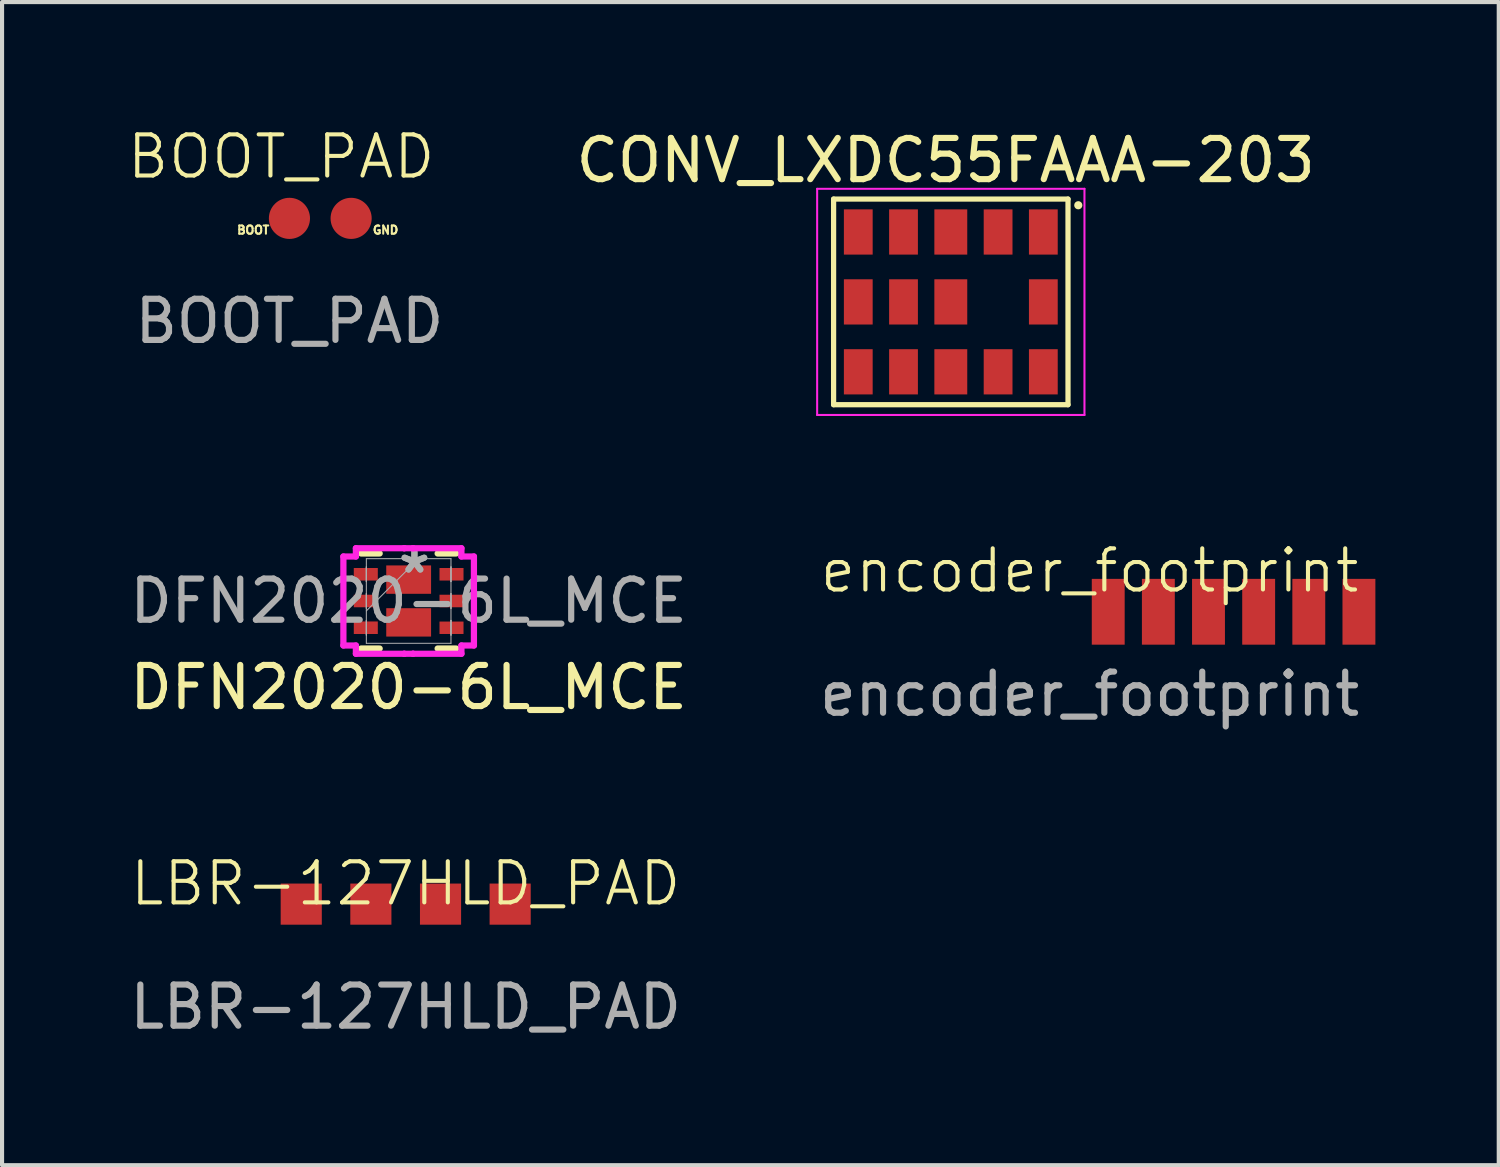
<source format=kicad_pcb>
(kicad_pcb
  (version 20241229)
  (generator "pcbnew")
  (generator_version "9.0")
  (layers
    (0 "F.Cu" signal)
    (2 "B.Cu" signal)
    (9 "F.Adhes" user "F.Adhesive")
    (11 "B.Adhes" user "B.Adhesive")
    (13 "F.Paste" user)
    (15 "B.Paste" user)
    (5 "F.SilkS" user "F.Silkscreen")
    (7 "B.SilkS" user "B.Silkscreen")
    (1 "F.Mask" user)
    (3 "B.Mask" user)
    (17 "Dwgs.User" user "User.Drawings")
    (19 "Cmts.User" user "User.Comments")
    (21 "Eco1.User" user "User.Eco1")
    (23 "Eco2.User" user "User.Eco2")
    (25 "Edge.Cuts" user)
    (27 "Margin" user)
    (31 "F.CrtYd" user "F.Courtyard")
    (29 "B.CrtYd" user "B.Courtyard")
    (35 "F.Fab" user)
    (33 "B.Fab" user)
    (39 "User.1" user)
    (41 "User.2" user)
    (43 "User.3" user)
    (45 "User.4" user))
  (footprint "encoder_footprint"
    (layer "F.Cu")
    (at 26.946 11.826)
    (property "Reference" "encoder_footprint" (at -3.5 -1 0) (unlocked yes) (layer "F.SilkS") (effects (font (size 1 1) (thickness 0.1))))
    (attr smd)
    (fp_text user "${REFERENCE}" (at -3.5 2 0) (unlocked yes) (layer "F.Fab") (effects (font (size 1 1) (thickness 0.15))))
    (pad "1" smd rect (at -3.048 0) (size 0.8 1.6) (layers "F.Cu" "F.Mask" "F.Paste"))
    (pad "2" smd rect (at -1.829 0) (size 0.8 1.6) (layers "F.Cu" "F.Mask" "F.Paste"))
    (pad "3" smd rect (at -0.61 0) (size 0.8 1.6) (layers "F.Cu" "F.Mask" "F.Paste"))
    (pad "4" smd rect (at 0.61 0) (size 0.8 1.6) (layers "F.Cu" "F.Mask" "F.Paste"))
    (pad "5" smd rect (at 1.829 0) (size 0.8 1.6) (layers "F.Cu" "F.Mask" "F.Paste"))
    (pad "6" smd rect (at 3.048 0) (size 0.8 1.6) (layers "F.Cu" "F.Mask" "F.Paste")))
  (footprint "DFN2020-6L_MCE"
    (layer "F.Cu")
    (at 6.887 11.564)
    (property "Reference" "DFN2020-6L_MCE" (at 0 2.1 0) (unlocked yes) (layer "F.SilkS") (effects (font (size 1 1) (thickness 0.15))))
    (attr smd)
    (fp_line (start -1.156 1.156) (end -0.705 1.156) (stroke (width 0.152) (type solid)) (layer "F.SilkS"))
    (fp_line (start -0.705 -1.156) (end -1.156 -1.156) (stroke (width 0.152) (type solid)) (layer "F.SilkS"))
    (fp_line (start 0.705 1.156) (end 1.156 1.156) (stroke (width 0.152) (type solid)) (layer "F.SilkS"))
    (fp_line (start 1.156 -1.156) (end 0.705 -1.156) (stroke (width 0.152) (type solid)) (layer "F.SilkS"))
    (fp_line (start -1.587 -1.082) (end -1.283 -1.082) (stroke (width 0.152) (type solid)) (layer "F.CrtYd"))
    (fp_line (start -1.587 1.082) (end -1.587 -1.082) (stroke (width 0.152) (type solid)) (layer "F.CrtYd"))
    (fp_line (start -1.283 -1.283) (end -0.107 -1.283) (stroke (width 0.152) (type solid)) (layer "F.CrtYd"))
    (fp_line (start -1.283 -1.082) (end -1.283 -1.283) (stroke (width 0.152) (type solid)) (layer "F.CrtYd"))
    (fp_line (start -1.283 1.082) (end -1.587 1.082) (stroke (width 0.152) (type solid)) (layer "F.CrtYd"))
    (fp_line (start -1.283 1.283) (end -1.283 1.082) (stroke (width 0.152) (type solid)) (layer "F.CrtYd"))
    (fp_line (start -0.107 -1.283) (end -0.107 -1.283) (stroke (width 0.152) (type solid)) (layer "F.CrtYd"))
    (fp_line (start -0.107 -1.283) (end 0.107 -1.283) (stroke (width 0.152) (type solid)) (layer "F.CrtYd"))
    (fp_line (start -0.107 1.283) (end -1.283 1.283) (stroke (width 0.152) (type solid)) (layer "F.CrtYd"))
    (fp_line (start -0.107 1.283) (end -0.107 1.283) (stroke (width 0.152) (type solid)) (layer "F.CrtYd"))
    (fp_line (start 0.107 -1.283) (end 0.107 -1.283) (stroke (width 0.152) (type solid)) (layer "F.CrtYd"))
    (fp_line (start 0.107 -1.283) (end 1.283 -1.283) (stroke (width 0.152) (type solid)) (layer "F.CrtYd"))
    (fp_line (start 0.107 1.283) (end -0.107 1.283) (stroke (width 0.152) (type solid)) (layer "F.CrtYd"))
    (fp_line (start 0.107 1.283) (end 0.107 1.283) (stroke (width 0.152) (type solid)) (layer "F.CrtYd"))
    (fp_line (start 1.283 -1.283) (end 1.283 -1.082) (stroke (width 0.152) (type solid)) (layer "F.CrtYd"))
    (fp_line (start 1.283 -1.082) (end 1.587 -1.082) (stroke (width 0.152) (type solid)) (layer "F.CrtYd"))
    (fp_line (start 1.283 1.082) (end 1.283 1.283) (stroke (width 0.152) (type solid)) (layer "F.CrtYd"))
    (fp_line (start 1.283 1.283) (end 0.107 1.283) (stroke (width 0.152) (type solid)) (layer "F.CrtYd"))
    (fp_line (start 1.587 -1.082) (end 1.587 1.082) (stroke (width 0.152) (type solid)) (layer "F.CrtYd"))
    (fp_line (start 1.587 1.082) (end 1.283 1.082) (stroke (width 0.152) (type solid)) (layer "F.CrtYd"))
    (fp_line (start -1.029 -1.029) (end -1.029 1.029) (stroke (width 0.025) (type solid)) (layer "F.Fab"))
    (fp_line (start -1.029 -0.828) (end -1.029 -0.828) (stroke (width 0.025) (type solid)) (layer "F.Fab"))
    (fp_line (start -1.029 -0.828) (end -1.029 -0.472) (stroke (width 0.025) (type solid)) (layer "F.Fab"))
    (fp_line (start -1.029 -0.472) (end -1.029 -0.828) (stroke (width 0.025) (type solid)) (layer "F.Fab"))
    (fp_line (start -1.029 -0.472) (end -1.029 -0.472) (stroke (width 0.025) (type solid)) (layer "F.Fab"))
    (fp_line (start -1.029 -0.178) (end -1.029 -0.178) (stroke (width 0.025) (type solid)) (layer "F.Fab"))
    (fp_line (start -1.029 -0.178) (end -1.029 0.178) (stroke (width 0.025) (type solid)) (layer "F.Fab"))
    (fp_line (start -1.029 0.178) (end -1.029 -0.178) (stroke (width 0.025) (type solid)) (layer "F.Fab"))
    (fp_line (start -1.029 0.178) (end -1.029 0.178) (stroke (width 0.025) (type solid)) (layer "F.Fab"))
    (fp_line (start -1.029 0.241) (end 0.241 -1.029) (stroke (width 0.025) (type solid)) (layer "F.Fab"))
    (fp_line (start -1.029 0.472) (end -1.029 0.472) (stroke (width 0.025) (type solid)) (layer "F.Fab"))
    (fp_line (start -1.029 0.472) (end -1.029 0.828) (stroke (width 0.025) (type solid)) (layer "F.Fab"))
    (fp_line (start -1.029 0.828) (end -1.029 0.472) (stroke (width 0.025) (type solid)) (layer "F.Fab"))
    (fp_line (start -1.029 0.828) (end -1.029 0.828) (stroke (width 0.025) (type solid)) (layer "F.Fab"))
    (fp_line (start -1.029 1.029) (end 1.029 1.029) (stroke (width 0.025) (type solid)) (layer "F.Fab"))
    (fp_line (start 1.029 -1.029) (end -1.029 -1.029) (stroke (width 0.025) (type solid)) (layer "F.Fab"))
    (fp_line (start 1.029 -0.828) (end 1.029 -0.828) (stroke (width 0.025) (type solid)) (layer "F.Fab"))
    (fp_line (start 1.029 -0.828) (end 1.029 -0.472) (stroke (width 0.025) (type solid)) (layer "F.Fab"))
    (fp_line (start 1.029 -0.472) (end 1.029 -0.828) (stroke (width 0.025) (type solid)) (layer "F.Fab"))
    (fp_line (start 1.029 -0.472) (end 1.029 -0.472) (stroke (width 0.025) (type solid)) (layer "F.Fab"))
    (fp_line (start 1.029 -0.178) (end 1.029 -0.178) (stroke (width 0.025) (type solid)) (layer "F.Fab"))
    (fp_line (start 1.029 -0.178) (end 1.029 0.178) (stroke (width 0.025) (type solid)) (layer "F.Fab"))
    (fp_line (start 1.029 0.178) (end 1.029 -0.178) (stroke (width 0.025) (type solid)) (layer "F.Fab"))
    (fp_line (start 1.029 0.178) (end 1.029 0.178) (stroke (width 0.025) (type solid)) (layer "F.Fab"))
    (fp_line (start 1.029 0.472) (end 1.029 0.472) (stroke (width 0.025) (type solid)) (layer "F.Fab"))
    (fp_line (start 1.029 0.472) (end 1.029 0.828) (stroke (width 0.025) (type solid)) (layer "F.Fab"))
    (fp_line (start 1.029 0.828) (end 1.029 0.472) (stroke (width 0.025) (type solid)) (layer "F.Fab"))
    (fp_line (start 1.029 0.828) (end 1.029 0.828) (stroke (width 0.025) (type solid)) (layer "F.Fab"))
    (fp_line (start 1.029 1.029) (end 1.029 -1.029) (stroke (width 0.025) (type solid)) (layer "F.Fab"))
    (fp_text user "*" (at 0.14 -0.65 0) (layer "F.Fab") (effects (font (size 1 1) (thickness 0.15))))
    (fp_text user "${REFERENCE}" (at 0 0 0) (unlocked yes) (layer "F.Fab") (effects (font (size 1 1) (thickness 0.15))))
    (fp_text user "*" (at 0.14 -0.65 0) (unlocked yes) (layer "F.Fab") (effects (font (size 1 1) (thickness 0.15))))
    (pad "1" smd rect (at -1.042 -0.65 90) (size 0.305 0.584) (layers "F.Cu" "F.Mask" "F.Paste"))
    (pad "2" smd rect (at -1.042 0 90) (size 0.305 0.584) (layers "F.Cu" "F.Mask" "F.Paste"))
    (pad "3" smd rect (at -1.042 0.65 90) (size 0.305 0.584) (layers "F.Cu" "F.Mask" "F.Paste"))
    (pad "3" smd rect (at 0 0.52) (size 1.09 0.69) (layers "F.Cu" "F.Mask" "F.Paste"))
    (pad "4" smd rect (at 1.042 0.651 90) (size 0.302 0.584) (layers "F.Cu" "F.Mask" "F.Paste"))
    (pad "5" smd rect (at 1.042 0 90) (size 0.305 0.584) (layers "F.Cu" "F.Mask" "F.Paste"))
    (pad "6" smd rect (at 0 -0.52) (size 1.09 0.69) (layers "F.Cu" "F.Mask" "F.Paste"))
    (pad "6" smd rect (at 1.042 -0.65 90) (size 0.305 0.584) (layers "F.Cu" "F.Mask" "F.Paste")))
  (footprint "LBR-127HLD_PAD"
    (layer "F.Cu")
    (at 6.815 18.935)
    (property "Reference" "LBR-127HLD_PAD" (at 0 -0.5 0) (unlocked yes) (layer "F.SilkS") (effects (font (size 1 1) (thickness 0.1))))
    (attr smd)
    (fp_text user "${REFERENCE}" (at 0 2.5 0) (unlocked yes) (layer "F.Fab") (effects (font (size 1 1) (thickness 0.15))))
    (pad "1" smd rect (at -2.54 0) (size 1 1) (layers "F.Cu" "F.Mask" "F.Paste"))
    (pad "2" smd rect (at 2.54 0) (size 1 1) (layers "F.Cu" "F.Mask" "F.Paste"))
    (pad "3" smd rect (at -0.847 0) (size 1 1) (layers "F.Cu" "F.Mask" "F.Paste"))
    (pad "4" smd rect (at 0.847 0) (size 1 1) (layers "F.Cu" "F.Mask" "F.Paste")))
  (footprint "CONV_LXDC55FAAA-203"
    (layer "F.Cu")
    (at 20.07 4.291)
    (property "Reference" "CONV_LXDC55FAAA-203" (at -0.125 -3.441 0) (layer "F.SilkS") (effects (font (size 1.002 1.002) (thickness 0.15))))
    (attr smd)
    (fp_line (start -2.85 -2.5) (end 2.85 -2.5) (stroke (width 0.127) (type solid)) (layer "F.SilkS"))
    (fp_line (start -2.85 2.5) (end -2.85 -2.5) (stroke (width 0.127) (type solid)) (layer "F.SilkS"))
    (fp_line (start 2.85 -2.5) (end 2.85 2.5) (stroke (width 0.127) (type solid)) (layer "F.SilkS"))
    (fp_line (start 2.85 2.5) (end -2.85 2.5) (stroke (width 0.127) (type solid)) (layer "F.SilkS"))
    (fp_circle (center 3.1 -2.35) (end 3.15 -2.35) (stroke (width 0.1) (type solid)) (fill no) (layer "F.SilkS"))
    (fp_line (start -3.25 -2.75) (end 3.25 -2.75) (stroke (width 0.05) (type solid)) (layer "F.CrtYd"))
    (fp_line (start -3.25 2.75) (end -3.25 -2.75) (stroke (width 0.05) (type solid)) (layer "F.CrtYd"))
    (fp_line (start 3.25 -2.75) (end 3.25 2.75) (stroke (width 0.05) (type solid)) (layer "F.CrtYd"))
    (fp_line (start 3.25 2.75) (end -3.25 2.75) (stroke (width 0.05) (type solid)) (layer "F.CrtYd"))
    (pad "1" smd rect (at 2.25 -1.7) (size 0.7 1.1) (layers "F.Cu" "F.Mask" "F.Paste"))
    (pad "2" smd rect (at 1.15 -1.7) (size 0.7 1.1) (layers "F.Cu" "F.Mask" "F.Paste"))
    (pad "3" smd rect (at 0 -1.7) (size 0.8 1.1) (layers "F.Cu" "F.Mask" "F.Paste"))
    (pad "4" smd rect (at -1.15 -1.7) (size 0.7 1.1) (layers "F.Cu" "F.Mask" "F.Paste"))
    (pad "5" smd rect (at -2.25 -1.7) (size 0.7 1.1) (layers "F.Cu" "F.Mask" "F.Paste"))
    (pad "6" smd rect (at -2.25 0) (size 0.7 1.1) (layers "F.Cu" "F.Mask" "F.Paste"))
    (pad "7" smd rect (at -2.25 1.7) (size 0.7 1.1) (layers "F.Cu" "F.Mask" "F.Paste"))
    (pad "8" smd rect (at -1.15 1.7) (size 0.7 1.1) (layers "F.Cu" "F.Mask" "F.Paste"))
    (pad "9" smd rect (at 0 1.7) (size 0.8 1.1) (layers "F.Cu" "F.Mask" "F.Paste"))
    (pad "10" smd rect (at 1.15 1.7) (size 0.7 1.1) (layers "F.Cu" "F.Mask" "F.Paste"))
    (pad "11" smd rect (at 2.25 1.7) (size 0.7 1.1) (layers "F.Cu" "F.Mask" "F.Paste"))
    (pad "12" smd rect (at 2.25 0) (size 0.7 1.1) (layers "F.Cu" "F.Mask" "F.Paste"))
    (pad "13" smd rect (at 0 0) (size 0.8 1.1) (layers "F.Cu" "F.Mask" "F.Paste"))
    (pad "14" smd rect (at -1.15 0) (size 0.7 1.1) (layers "F.Cu" "F.Mask" "F.Paste")))
  (footprint "BOOT_PAD"
    (layer "F.Cu")
    (at 3.988 2.26)
    (property "Reference" "BOOT_PAD" (at -0.2 -1.5 0) (unlocked yes) (layer "F.SilkS") (effects (font (size 1 1) (thickness 0.1))))
    (attr smd)
    (fp_text user "BOOT" (at -1.3 0.4 0) (unlocked yes) (layer "F.SilkS") (effects (font (size 0.2 0.2) (thickness 0.05) (bold yes)) (justify left bottom)))
    (fp_text user "GND" (at 2 0.4 0) (unlocked yes) (layer "F.SilkS") (effects (font (size 0.2 0.2) (thickness 0.05) (bold yes)) (justify left bottom)))
    (fp_text user "${REFERENCE}" (at 0 2.5 0) (unlocked yes) (layer "F.Fab") (effects (font (size 1 1) (thickness 0.15))))
    (pad "1" smd circle (at 0 0) (size 1 1) (layers "F.Cu" "F.Mask" "F.Paste"))
    (pad "2" smd circle (at 1.5 0) (size 1 1) (layers "F.Cu" "F.Mask" "F.Paste")))
  (gr_rect
    (start -3 -3)
    (end 33.394 25.283)
    (stroke (width 0.1) (type default))
    (fill no)
    (layer "Edge.Cuts")))
</source>
